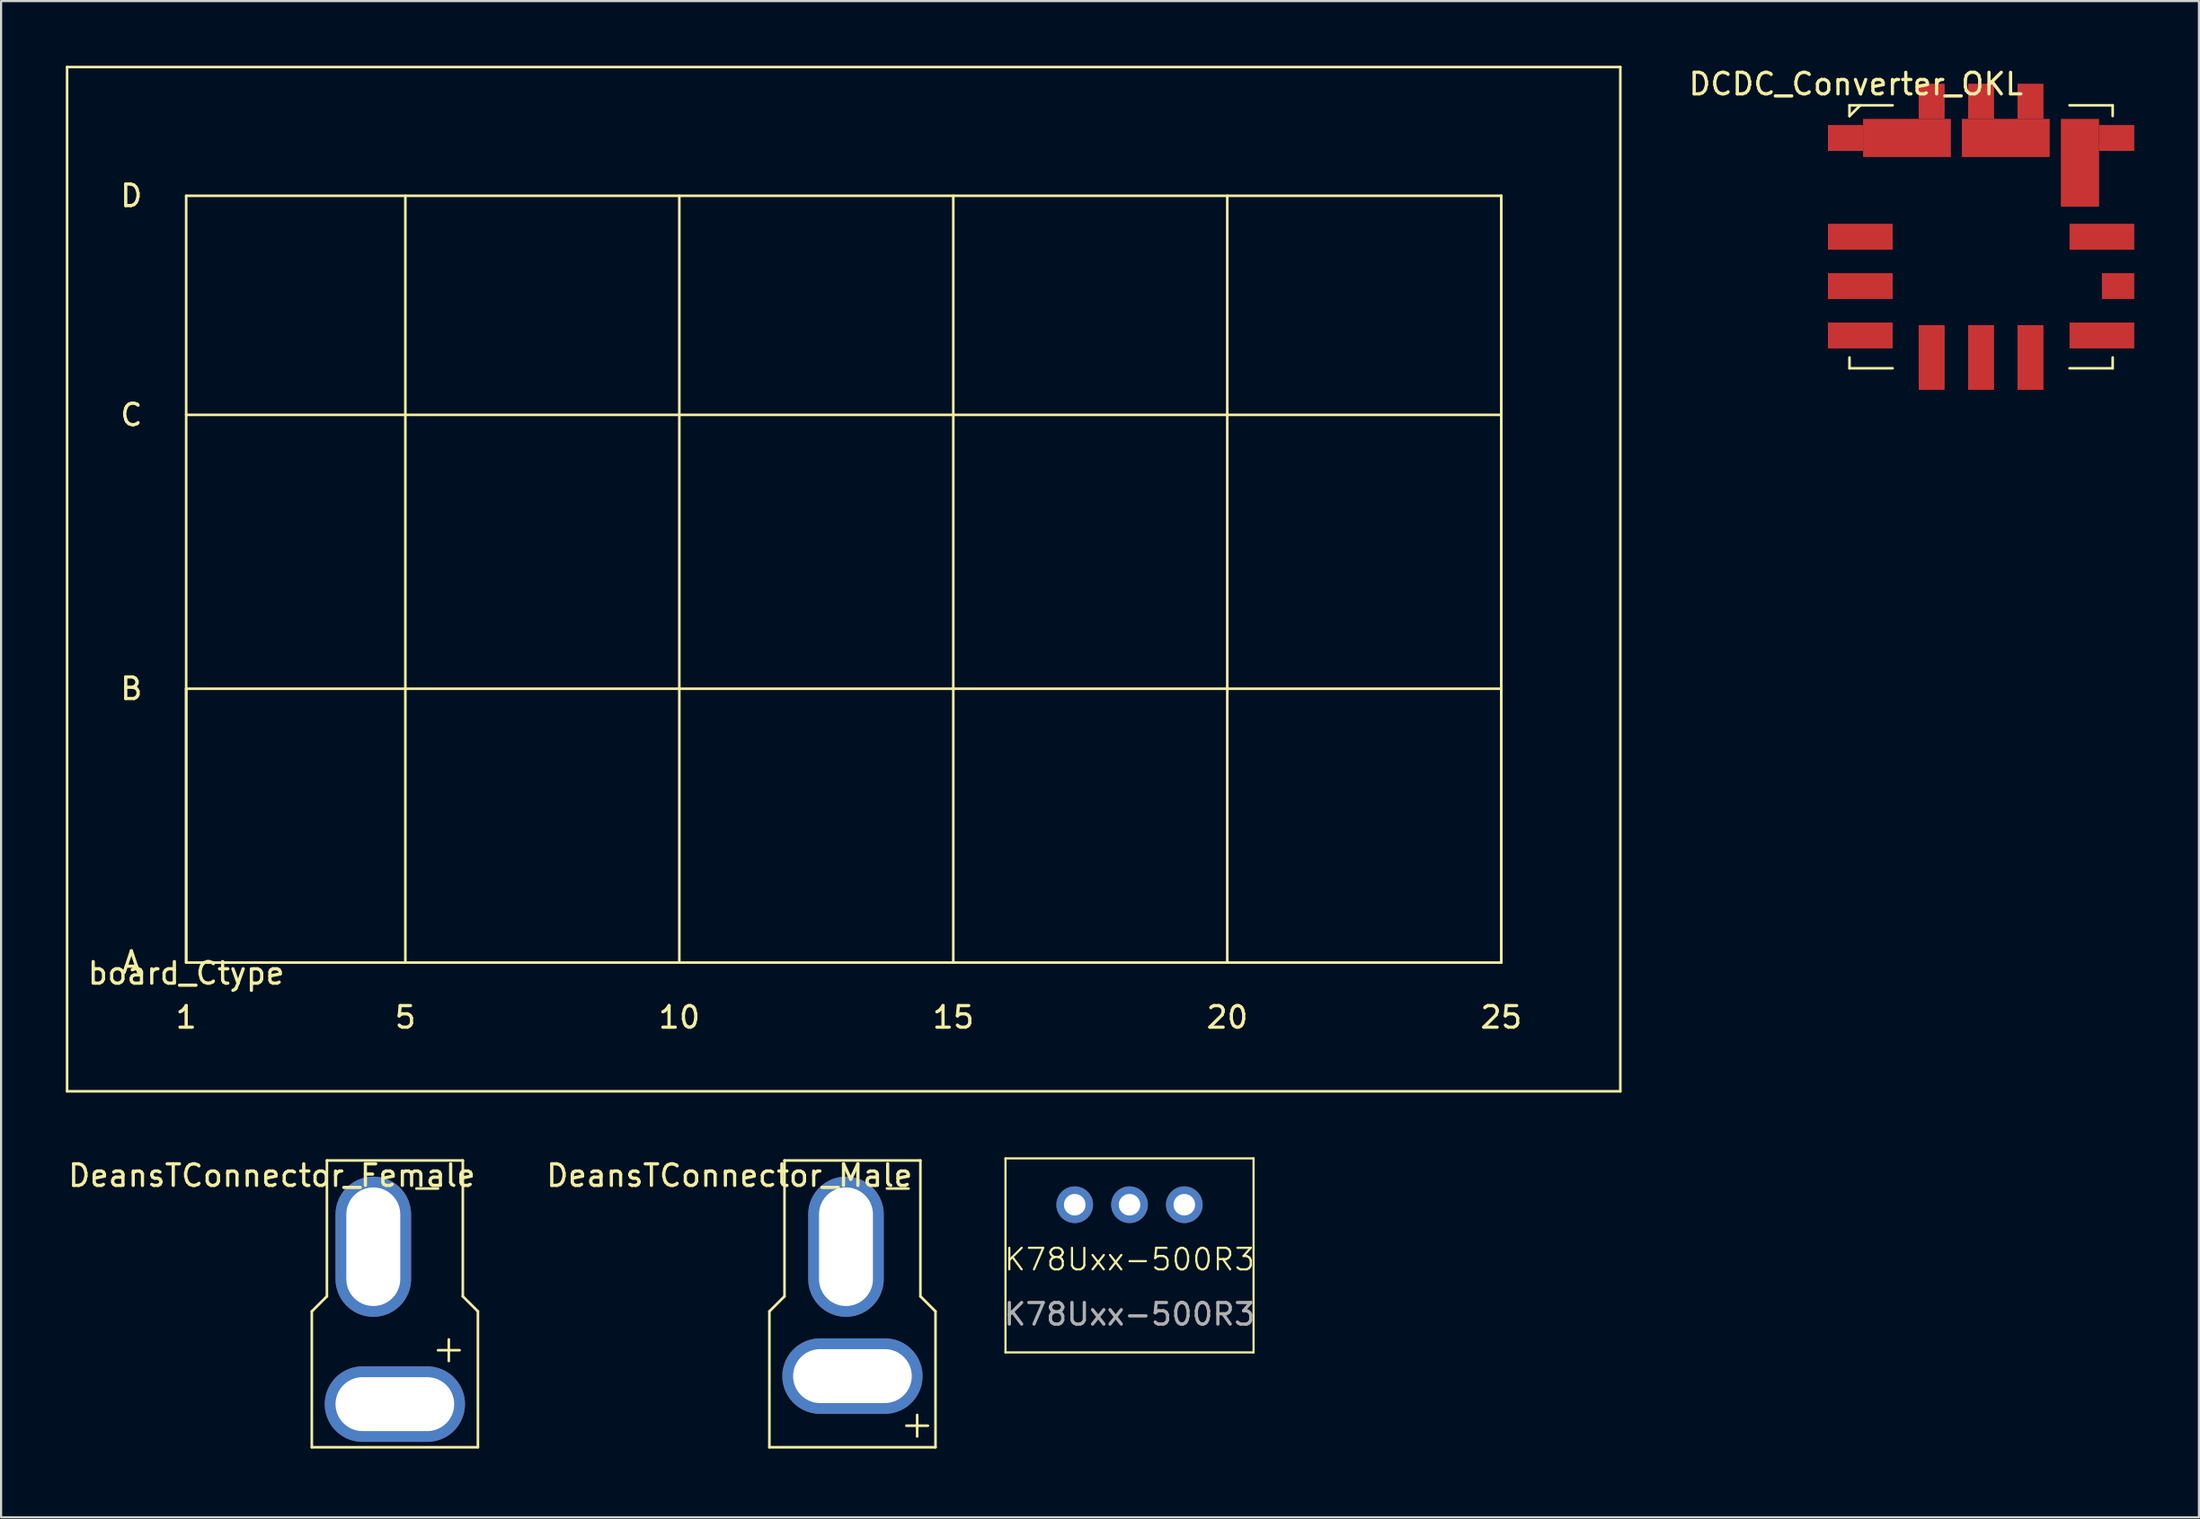
<source format=kicad_pcb>
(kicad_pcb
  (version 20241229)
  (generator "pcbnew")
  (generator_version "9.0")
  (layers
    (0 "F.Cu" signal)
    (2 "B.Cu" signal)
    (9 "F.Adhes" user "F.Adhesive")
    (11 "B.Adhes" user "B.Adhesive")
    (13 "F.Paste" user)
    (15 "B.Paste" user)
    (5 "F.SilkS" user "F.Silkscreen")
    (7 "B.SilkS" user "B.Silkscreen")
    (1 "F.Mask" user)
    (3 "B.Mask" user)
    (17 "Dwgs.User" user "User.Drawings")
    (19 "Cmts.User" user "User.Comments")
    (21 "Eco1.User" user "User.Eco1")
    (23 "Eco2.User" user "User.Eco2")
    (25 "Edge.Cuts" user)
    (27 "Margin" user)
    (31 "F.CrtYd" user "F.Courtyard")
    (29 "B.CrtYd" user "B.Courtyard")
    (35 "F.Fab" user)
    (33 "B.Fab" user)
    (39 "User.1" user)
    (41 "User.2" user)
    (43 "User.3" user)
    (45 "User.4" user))
  (footprint "DeansTConnector_Male"
    (layer "F.Cu")
    (at 36.465 64.068)
    (property "Reference" "DeansTConnector_Male" (at -5.7 -12.6 0) (layer "F.SilkS") (effects (font (size 1 1) (thickness 0.15))))
    (attr through_hole)
    (fp_line (start -3.85 -6.3) (end -3.85 0) (stroke (width 0.12) (type solid)) (layer "F.SilkS"))
    (fp_line (start -3.85 0) (end 3.85 0) (stroke (width 0.12) (type solid)) (layer "F.SilkS"))
    (fp_line (start -3.15 -13.3) (end -3.15 -7) (stroke (width 0.12) (type solid)) (layer "F.SilkS"))
    (fp_line (start -3.15 -7) (end -3.85 -6.3) (stroke (width 0.12) (type solid)) (layer "F.SilkS"))
    (fp_line (start 1.6 -12) (end 2.6 -12) (stroke (width 0.12) (type solid)) (layer "F.SilkS"))
    (fp_line (start 2.5 -1) (end 3.5 -1) (stroke (width 0.12) (type solid)) (layer "F.SilkS"))
    (fp_line (start 3 -1.5) (end 3 -0.5) (stroke (width 0.12) (type solid)) (layer "F.SilkS"))
    (fp_line (start 3.15 -13.3) (end -3.15 -13.3) (stroke (width 0.12) (type solid)) (layer "F.SilkS"))
    (fp_line (start 3.15 -7) (end 3.15 -13.3) (stroke (width 0.12) (type solid)) (layer "F.SilkS"))
    (fp_line (start 3.15 -7) (end 3.85 -6.3) (stroke (width 0.12) (type solid)) (layer "F.SilkS"))
    (fp_line (start 3.85 0) (end 3.85 -6.3) (stroke (width 0.12) (type solid)) (layer "F.SilkS"))
    (pad "1" thru_hole oval (at -0.3 -9.3) (size 3.5 6.5) (drill oval 2.5 5.5) (layers "*.Cu" "*.Mask"))
    (pad "2" thru_hole oval (at 0 -3.3) (size 6.5 3.5) (drill oval 5.5 2.5) (layers "*.Cu" "*.Mask")))
  (footprint "K78Uxx-500R3"
    (layer "F.Cu")
    (at 49.309 52.82)
    (property "Reference" "K78Uxx-500R3" (at 0 2.54 0) (unlocked yes) (layer "F.SilkS") (effects (font (size 1 1) (thickness 0.1))))
    (attr through_hole)
    (fp_line (start -5.75 -2.15) (end -5.75 6.85) (stroke (width 0.1) (type default)) (layer "F.SilkS"))
    (fp_line (start -5.75 -2.15) (end 5.75 -2.15) (stroke (width 0.1) (type default)) (layer "F.SilkS"))
    (fp_line (start 5.75 -2.15) (end 5.75 6.85) (stroke (width 0.1) (type default)) (layer "F.SilkS"))
    (fp_line (start 5.75 6.85) (end -5.75 6.85) (stroke (width 0.1) (type default)) (layer "F.SilkS"))
    (fp_text user "${REFERENCE}" (at 0 5.08 0) (unlocked yes) (layer "F.Fab") (effects (font (size 1 1) (thickness 0.15))))
    (pad "1" thru_hole circle (at -2.54 0) (size 1.7 1.7) (drill 1) (layers "*.Cu" "*.Mask"))
    (pad "2" thru_hole circle (at 0 0) (size 1.7 1.7) (drill 1) (layers "*.Cu" "*.Mask"))
    (pad "3" thru_hole circle (at 2.54 0) (size 1.7 1.7) (drill 1) (layers "*.Cu" "*.Mask")))
  (footprint "board_Ctype"
    (layer "F.Cu")
    (at 5.58 41.59)
    (property "Reference" "board_Ctype" (at 0 0.5 0) (layer "F.SilkS") (effects (font (size 1 1) (thickness 0.15))))
    (attr through_hole)
    (fp_line (start -5.52 -41.53) (end 66.48 -41.53) (stroke (width 0.12) (type solid)) (layer "F.SilkS"))
    (fp_line (start -5.52 5.97) (end -5.52 -41.53) (stroke (width 0.12) (type solid)) (layer "F.SilkS"))
    (fp_line (start 0 -35.56) (end 60.96 -35.56) (stroke (width 0.12) (type solid)) (layer "F.SilkS"))
    (fp_line (start 0 -25.4) (end 60.96 -25.4) (stroke (width 0.12) (type solid)) (layer "F.SilkS"))
    (fp_line (start 0 -12.7) (end 60.96 -12.7) (stroke (width 0.12) (type solid)) (layer "F.SilkS"))
    (fp_line (start 0 0) (end 0 -35.56) (stroke (width 0.12) (type solid)) (layer "F.SilkS"))
    (fp_line (start 0 0) (end 0 -12.7) (stroke (width 0.12) (type solid)) (layer "F.SilkS"))
    (fp_line (start 10.16 0) (end 10.16 -35.56) (stroke (width 0.12) (type solid)) (layer "F.SilkS"))
    (fp_line (start 22.86 0) (end 22.86 -35.56) (stroke (width 0.12) (type solid)) (layer "F.SilkS"))
    (fp_line (start 35.56 0) (end 35.56 -35.56) (stroke (width 0.12) (type solid)) (layer "F.SilkS"))
    (fp_line (start 48.26 0) (end 48.26 -35.56) (stroke (width 0.12) (type solid)) (layer "F.SilkS"))
    (fp_line (start 60.96 -35.56) (end 60.96 0) (stroke (width 0.12) (type solid)) (layer "F.SilkS"))
    (fp_line (start 60.96 0) (end 0 0) (stroke (width 0.12) (type solid)) (layer "F.SilkS"))
    (fp_line (start 60.96 0) (end 60.96 -35.56) (stroke (width 0.12) (type solid)) (layer "F.SilkS"))
    (fp_line (start 66.48 5.97) (end -5.52 5.97) (stroke (width 0.12) (type solid)) (layer "F.SilkS"))
    (fp_line (start 66.48 5.97) (end 66.48 -41.53) (stroke (width 0.12) (type solid)) (layer "F.SilkS"))
    (fp_text user "D" (at -2.54 -35.56 0) (layer "F.SilkS") (effects (font (size 1 1) (thickness 0.15))))
    (fp_text user "20" (at 48.26 2.54 0) (layer "F.SilkS") (effects (font (size 1 1) (thickness 0.15))))
    (fp_text user "5" (at 10.16 2.54 0) (layer "F.SilkS") (effects (font (size 1 1) (thickness 0.15))))
    (fp_text user "C" (at -2.54 -25.4 0) (layer "F.SilkS") (effects (font (size 1 1) (thickness 0.15))))
    (fp_text user "B" (at -2.54 -12.7 0) (layer "F.SilkS") (effects (font (size 1 1) (thickness 0.15))))
    (fp_text user "A" (at -2.54 0 0) (layer "F.SilkS") (effects (font (size 1 1) (thickness 0.15))))
    (fp_text user "25" (at 60.96 2.54 0) (layer "F.SilkS") (effects (font (size 1 1) (thickness 0.15))))
    (fp_text user "10" (at 22.86 2.54 0) (layer "F.SilkS") (effects (font (size 1 1) (thickness 0.15))))
    (fp_text user "1" (at 0 2.54 0) (layer "F.SilkS") (effects (font (size 1 1) (thickness 0.15))))
    (fp_text user "15" (at 35.56 2.54 0) (layer "F.SilkS") (effects (font (size 1 1) (thickness 0.15)))))
  (footprint "DCDC_Converter_OKL"
    (layer "F.Cu")
    (at 82.683 3.348)
    (property "Reference" "DCDC_Converter_OKL" (at 0.3 -2.5 0) (layer "F.SilkS") (effects (font (size 1 1) (thickness 0.15))))
    (attr through_hole)
    (fp_line (start 0 -1.515) (end 0 -1.015) (stroke (width 0.12) (type solid)) (layer "F.SilkS"))
    (fp_line (start 0 -1.515) (end 2 -1.515) (stroke (width 0.12) (type solid)) (layer "F.SilkS"))
    (fp_line (start 0 -1.015) (end 0.5 -1.515) (stroke (width 0.12) (type solid)) (layer "F.SilkS"))
    (fp_line (start 0 10.68) (end 0 10.18) (stroke (width 0.12) (type solid)) (layer "F.SilkS"))
    (fp_line (start 0 10.68) (end 2 10.68) (stroke (width 0.12) (type solid)) (layer "F.SilkS"))
    (fp_line (start 12.2 -1.515) (end 10.2 -1.515) (stroke (width 0.12) (type solid)) (layer "F.SilkS"))
    (fp_line (start 12.2 -1.515) (end 12.2 -1.015) (stroke (width 0.12) (type solid)) (layer "F.SilkS"))
    (fp_line (start 12.2 10.68) (end 10.2 10.68) (stroke (width 0.12) (type solid)) (layer "F.SilkS"))
    (fp_line (start 12.2 10.68) (end 12.2 10.18) (stroke (width 0.12) (type solid)) (layer "F.SilkS"))
    (pad "1" smd rect (at 0.5 4.58) (size 3 1.2) (layers "F.Cu" "F.Mask" "F.Paste"))
    (pad "2" smd rect (at -0.185 0) (size 1.63 1.2) (layers "F.Cu" "F.Mask" "F.Paste"))
    (pad "2" smd rect (at 2.665 0) (size 4.07 1.77) (layers "F.Cu" "F.Mask" "F.Paste"))
    (pad "2" smd rect (at 3.81 -1.7) (size 1.2 1.63) (layers "F.Cu" "F.Mask" "F.Paste"))
    (pad "3" smd rect (at 6.1 -1.7) (size 1.2 1.63) (layers "F.Cu" "F.Mask" "F.Paste"))
    (pad "3" smd rect (at 7.245 0) (size 4.07 1.77) (layers "F.Cu" "F.Mask" "F.Paste"))
    (pad "3" smd rect (at 8.39 -1.7) (size 1.2 1.63) (layers "F.Cu" "F.Mask" "F.Paste"))
    (pad "4" smd rect (at 10.685 1.15) (size 1.77 4.07) (layers "F.Cu" "F.Mask" "F.Paste"))
    (pad "4" smd rect (at 12.385 0) (size 1.63 1.2) (layers "F.Cu" "F.Mask" "F.Paste"))
    (pad "5" smd rect (at 11.7 4.58) (size 3 1.2) (layers "F.Cu" "F.Mask" "F.Paste"))
    (pad "6" smd rect (at 11.7 9.16) (size 3 1.2) (layers "F.Cu" "F.Mask" "F.Paste"))
    (pad "7" smd rect (at 6.1 10.18) (size 1.2 3) (layers "F.Cu" "F.Mask" "F.Paste"))
    (pad "8" smd rect (at 3.81 10.18) (size 1.2 3) (layers "F.Cu" "F.Mask" "F.Paste"))
    (pad "9" smd rect (at 0.5 9.16) (size 3 1.2) (layers "F.Cu" "F.Mask" "F.Paste"))
    (pad "10" smd rect (at 0.5 6.87) (size 3 1.2) (layers "F.Cu" "F.Mask" "F.Paste"))
    (pad "11" smd rect (at 12.45 6.87) (size 1.5 1.2) (layers "F.Cu" "F.Mask" "F.Paste"))
    (pad "12" smd rect (at 8.39 10.18) (size 1.2 3) (layers "F.Cu" "F.Mask" "F.Paste")))
  (footprint "DeansTConnector_Female"
    (layer "F.Cu")
    (at 15.254 64.068)
    (property "Reference" "DeansTConnector_Female" (at -5.7 -12.6 0) (layer "F.SilkS") (effects (font (size 1 1) (thickness 0.15))))
    (attr through_hole)
    (fp_line (start -3.85 -6.3) (end -3.85 0) (stroke (width 0.12) (type solid)) (layer "F.SilkS"))
    (fp_line (start -3.85 0) (end 3.85 0) (stroke (width 0.12) (type solid)) (layer "F.SilkS"))
    (fp_line (start -3.15 -13.3) (end -3.15 -7) (stroke (width 0.12) (type solid)) (layer "F.SilkS"))
    (fp_line (start -3.15 -7) (end -3.85 -6.3) (stroke (width 0.12) (type solid)) (layer "F.SilkS"))
    (fp_line (start 1 -12) (end 2 -12) (stroke (width 0.12) (type solid)) (layer "F.SilkS"))
    (fp_line (start 2 -4.5) (end 3 -4.5) (stroke (width 0.12) (type solid)) (layer "F.SilkS"))
    (fp_line (start 2.5 -5) (end 2.5 -4) (stroke (width 0.12) (type solid)) (layer "F.SilkS"))
    (fp_line (start 3.15 -13.3) (end -3.15 -13.3) (stroke (width 0.12) (type solid)) (layer "F.SilkS"))
    (fp_line (start 3.15 -7) (end 3.15 -13.3) (stroke (width 0.12) (type solid)) (layer "F.SilkS"))
    (fp_line (start 3.15 -7) (end 3.85 -6.3) (stroke (width 0.12) (type solid)) (layer "F.SilkS"))
    (fp_line (start 3.85 0) (end 3.85 -6.3) (stroke (width 0.12) (type solid)) (layer "F.SilkS"))
    (pad "1" thru_hole oval (at -1 -9.3) (size 3.5 6.5) (drill oval 2.5 5.5) (layers "*.Cu" "*.Mask"))
    (pad "2" thru_hole oval (at 0 -2) (size 6.5 3.5) (drill oval 5.5 2.5) (layers "*.Cu" "*.Mask")))
  (gr_rect
    (start -3 -3)
    (end 98.883 67.318)
    (stroke (width 0.1) (type default))
    (fill no)
    (layer "Edge.Cuts")))
</source>
